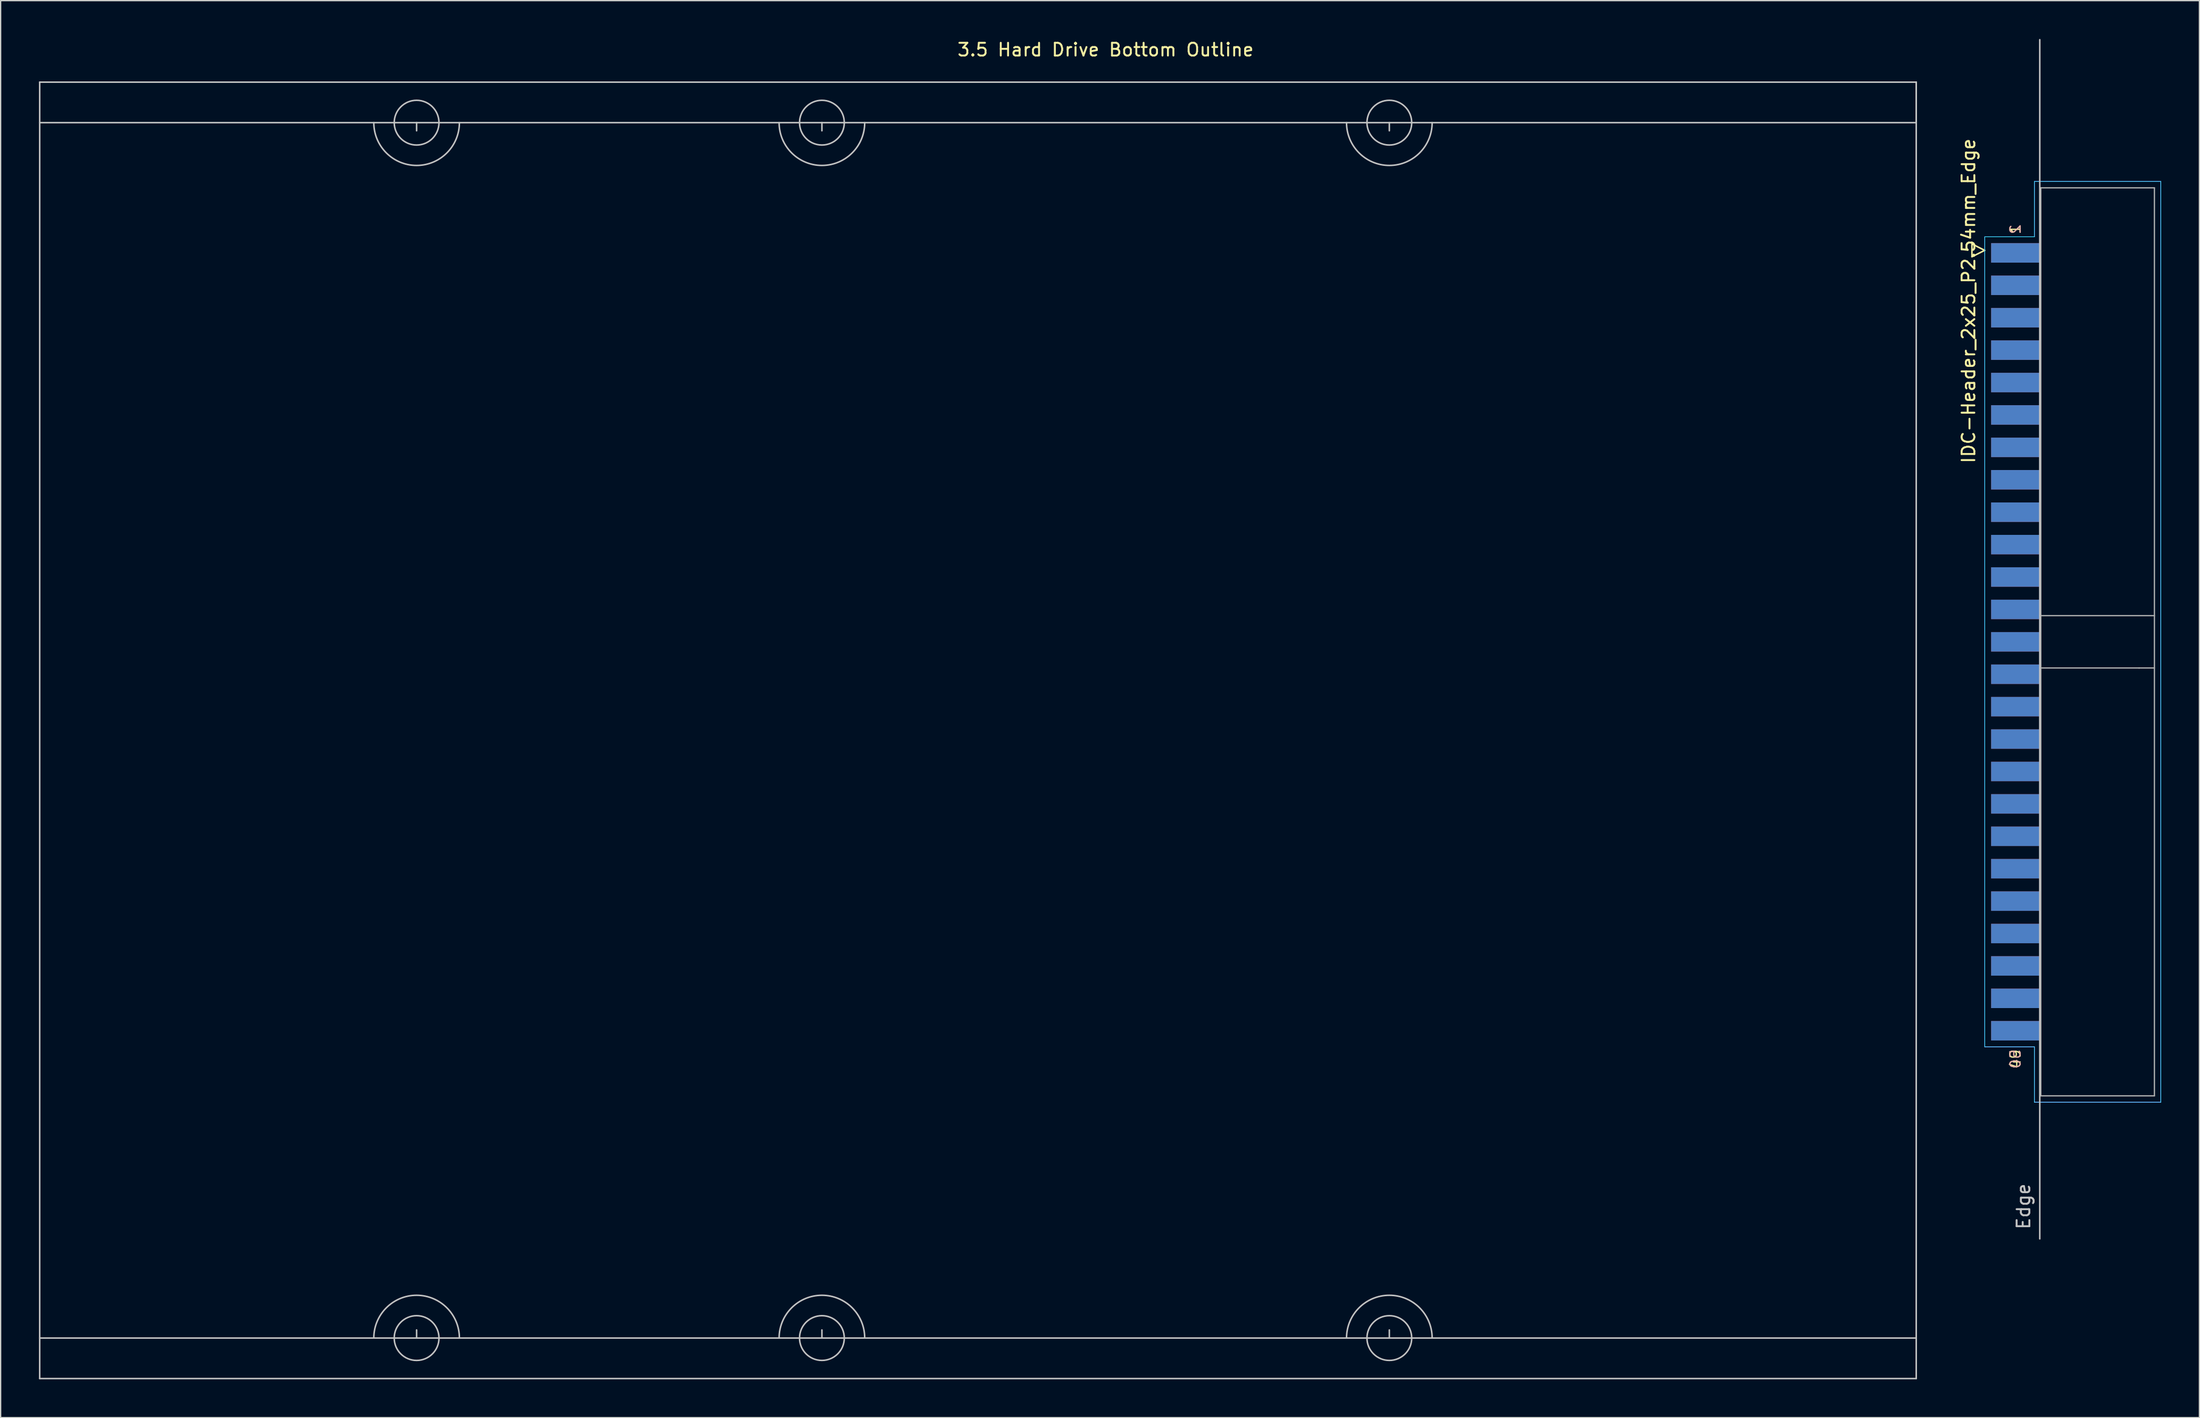
<source format=kicad_pcb>
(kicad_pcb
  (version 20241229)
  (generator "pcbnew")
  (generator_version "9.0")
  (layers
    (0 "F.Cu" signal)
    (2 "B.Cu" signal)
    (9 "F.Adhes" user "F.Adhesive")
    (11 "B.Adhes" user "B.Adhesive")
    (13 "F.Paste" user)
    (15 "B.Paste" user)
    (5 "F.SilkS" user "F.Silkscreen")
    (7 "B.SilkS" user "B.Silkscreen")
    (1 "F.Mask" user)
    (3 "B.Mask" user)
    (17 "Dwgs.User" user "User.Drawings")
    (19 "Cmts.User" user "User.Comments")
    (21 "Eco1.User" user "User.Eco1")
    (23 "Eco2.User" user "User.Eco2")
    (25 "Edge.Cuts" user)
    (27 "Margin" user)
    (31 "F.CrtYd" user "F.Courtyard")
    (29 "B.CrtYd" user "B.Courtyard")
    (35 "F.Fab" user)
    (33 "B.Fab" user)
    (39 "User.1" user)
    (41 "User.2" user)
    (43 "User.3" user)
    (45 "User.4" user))
  (footprint "IDC-Header_2x25_P2.54mm_Edge"
    (layer "F.Cu")
    (at 156.738 16.57)
    (property "Reference" "IDC-Header_2x25_P2.54mm_Edge" (at -5.58 3.96 270) (layer "F.SilkS") (effects (font (size 1 1) (thickness 0.15))))
    (attr through_hole)
    (fp_line (start -5.315 -0.5) (end -5.315 0.5) (stroke (width 0.12) (type solid)) (layer "F.SilkS"))
    (fp_line (start -5.315 0.5) (end -4.315 0) (stroke (width 0.12) (type solid)) (layer "F.SilkS"))
    (fp_line (start -4.315 0) (end -5.315 -0.5) (stroke (width 0.12) (type solid)) (layer "F.SilkS"))
    (fp_line (start 0 -16.51) (end 0 77.47) (stroke (width 0.12) (type solid)) (layer "Dwgs.User"))
    (fp_line (start -4.31 -1.06) (end -0.42 -1.06) (stroke (width 0.05) (type solid)) (layer "B.CrtYd"))
    (fp_line (start -4.31 62.42) (end -4.31 -1.06) (stroke (width 0.05) (type solid)) (layer "B.CrtYd"))
    (fp_line (start -0.42 -5.4) (end 9.48 -5.4) (stroke (width 0.05) (type solid)) (layer "B.CrtYd"))
    (fp_line (start -0.42 -1.06) (end -0.42 -5.4) (stroke (width 0.05) (type solid)) (layer "B.CrtYd"))
    (fp_line (start -0.42 62.42) (end -4.31 62.42) (stroke (width 0.05) (type solid)) (layer "B.CrtYd"))
    (fp_line (start -0.42 66.76) (end -0.42 62.42) (stroke (width 0.05) (type solid)) (layer "B.CrtYd"))
    (fp_line (start 9.48 -5.4) (end 9.48 66.76) (stroke (width 0.05) (type solid)) (layer "B.CrtYd"))
    (fp_line (start 9.48 66.76) (end -0.42 66.76) (stroke (width 0.05) (type solid)) (layer "B.CrtYd"))
    (fp_line (start -4.31 -1.06) (end -4.31 62.42) (stroke (width 0.05) (type solid)) (layer "F.CrtYd"))
    (fp_line (start -4.31 62.42) (end -0.42 62.42) (stroke (width 0.05) (type solid)) (layer "F.CrtYd"))
    (fp_line (start -0.42 -5.4) (end -0.42 -1.06) (stroke (width 0.05) (type solid)) (layer "F.CrtYd"))
    (fp_line (start -0.42 -5.4) (end 9.48 -5.4) (stroke (width 0.05) (type solid)) (layer "F.CrtYd"))
    (fp_line (start -0.42 -1.06) (end -4.31 -1.06) (stroke (width 0.05) (type solid)) (layer "F.CrtYd"))
    (fp_line (start -0.42 66.76) (end -0.42 62.42) (stroke (width 0.05) (type solid)) (layer "F.CrtYd"))
    (fp_line (start 9.48 -5.4) (end 9.48 66.76) (stroke (width 0.05) (type solid)) (layer "F.CrtYd"))
    (fp_line (start 9.48 66.76) (end -0.42 66.76) (stroke (width 0.05) (type solid)) (layer "F.CrtYd"))
    (fp_line (start 0.08 -4.9) (end 0.08 66.26) (stroke (width 0.1) (type solid)) (layer "F.Fab"))
    (fp_line (start 0.08 32.73) (end 8.98 32.73) (stroke (width 0.1) (type solid)) (layer "F.Fab"))
    (fp_line (start 0.08 66.26) (end 8.98 66.26) (stroke (width 0.1) (type solid)) (layer "F.Fab"))
    (fp_line (start 7.78 32.73) (end 7.78 32.73) (stroke (width 0.1) (type solid)) (layer "F.Fab"))
    (fp_line (start 8.98 -4.9) (end 0.08 -4.9) (stroke (width 0.1) (type solid)) (layer "F.Fab"))
    (fp_line (start 8.98 28.63) (end 0.08 28.63) (stroke (width 0.1) (type solid)) (layer "F.Fab"))
    (fp_line (start 8.98 66.26) (end 8.98 -4.9) (stroke (width 0.1) (type solid)) (layer "F.Fab"))
    (fp_text user "49" (at -1.905 63.373 270) (layer "F.SilkS") (effects (font (size 0.8 0.8) (thickness 0.1))))
    (fp_text user "1" (at -1.905 -1.651 270) (layer "F.SilkS") (effects (font (size 0.8 0.8) (thickness 0.1))))
    (fp_text user "2" (at -1.905 -1.651 270) (layer "B.SilkS") (effects (font (size 0.8 0.8) (thickness 0.1)) (justify mirror)))
    (fp_text user "50" (at -1.905 63.373 270) (layer "B.SilkS") (effects (font (size 0.8 0.8) (thickness 0.1)) (justify mirror)))
    (fp_text user "Edge" (at -1.27 74.93 90) (layer "Dwgs.User") (effects (font (size 1 1) (thickness 0.15))))
    (pad "1" smd rect (at -1.905 0.2) (size 3.81 1.524) (layers "F.Cu" "F.Mask" "F.Paste"))
    (pad "2" smd rect (at -1.905 0.2) (size 3.81 1.524) (layers "B.Cu" "B.Mask" "B.Paste"))
    (pad "3" smd rect (at -1.905 2.74) (size 3.81 1.524) (layers "F.Cu" "F.Mask" "F.Paste"))
    (pad "4" smd rect (at -1.905 2.74) (size 3.81 1.524) (layers "B.Cu" "B.Mask" "B.Paste"))
    (pad "5" smd rect (at -1.905 5.28) (size 3.81 1.524) (layers "F.Cu" "F.Mask" "F.Paste"))
    (pad "6" smd rect (at -1.905 5.28) (size 3.81 1.524) (layers "B.Cu" "B.Mask" "B.Paste"))
    (pad "7" smd rect (at -1.905 7.82) (size 3.81 1.524) (layers "F.Cu" "F.Mask" "F.Paste"))
    (pad "8" smd rect (at -1.905 7.82) (size 3.81 1.524) (layers "B.Cu" "B.Mask" "B.Paste"))
    (pad "9" smd rect (at -1.905 10.36) (size 3.81 1.524) (layers "F.Cu" "F.Mask" "F.Paste"))
    (pad "10" smd rect (at -1.905 10.36) (size 3.81 1.524) (layers "B.Cu" "B.Mask" "B.Paste"))
    (pad "11" smd rect (at -1.905 12.9) (size 3.81 1.524) (layers "F.Cu" "F.Mask" "F.Paste"))
    (pad "12" smd rect (at -1.905 12.9) (size 3.81 1.524) (layers "B.Cu" "B.Mask" "B.Paste"))
    (pad "13" smd rect (at -1.905 15.44) (size 3.81 1.524) (layers "F.Cu" "F.Mask" "F.Paste"))
    (pad "14" smd rect (at -1.905 15.44) (size 3.81 1.524) (layers "B.Cu" "B.Mask" "B.Paste"))
    (pad "15" smd rect (at -1.905 17.98) (size 3.81 1.524) (layers "F.Cu" "F.Mask" "F.Paste"))
    (pad "16" smd rect (at -1.905 17.98) (size 3.81 1.524) (layers "B.Cu" "B.Mask" "B.Paste"))
    (pad "17" smd rect (at -1.905 20.52) (size 3.81 1.524) (layers "F.Cu" "F.Mask" "F.Paste"))
    (pad "18" smd rect (at -1.905 20.52) (size 3.81 1.524) (layers "B.Cu" "B.Mask" "B.Paste"))
    (pad "19" smd rect (at -1.905 23.06) (size 3.81 1.524) (layers "F.Cu" "F.Mask" "F.Paste"))
    (pad "20" smd rect (at -1.905 23.06) (size 3.81 1.524) (layers "B.Cu" "B.Mask" "B.Paste"))
    (pad "21" smd rect (at -1.905 25.6) (size 3.81 1.524) (layers "F.Cu" "F.Mask" "F.Paste"))
    (pad "22" smd rect (at -1.905 25.6) (size 3.81 1.524) (layers "B.Cu" "B.Mask" "B.Paste"))
    (pad "23" smd rect (at -1.905 28.14) (size 3.81 1.524) (layers "F.Cu" "F.Mask" "F.Paste"))
    (pad "24" smd rect (at -1.905 28.14) (size 3.81 1.524) (layers "B.Cu" "B.Mask" "B.Paste"))
    (pad "25" smd rect (at -1.905 30.68) (size 3.81 1.524) (layers "F.Cu" "F.Mask" "F.Paste"))
    (pad "26" smd rect (at -1.905 30.68) (size 3.81 1.524) (layers "B.Cu" "B.Mask" "B.Paste"))
    (pad "27" smd rect (at -1.905 33.22) (size 3.81 1.524) (layers "F.Cu" "F.Mask" "F.Paste"))
    (pad "28" smd rect (at -1.905 33.22) (size 3.81 1.524) (layers "B.Cu" "B.Mask" "B.Paste"))
    (pad "29" smd rect (at -1.905 35.76) (size 3.81 1.524) (layers "F.Cu" "F.Mask" "F.Paste"))
    (pad "30" smd rect (at -1.905 35.76) (size 3.81 1.524) (layers "B.Cu" "B.Mask" "B.Paste"))
    (pad "31" smd rect (at -1.905 38.3) (size 3.81 1.524) (layers "F.Cu" "F.Mask" "F.Paste"))
    (pad "32" smd rect (at -1.905 38.3) (size 3.81 1.524) (layers "B.Cu" "B.Mask" "B.Paste"))
    (pad "33" smd rect (at -1.905 40.84) (size 3.81 1.524) (layers "F.Cu" "F.Mask" "F.Paste"))
    (pad "34" smd rect (at -1.905 40.84) (size 3.81 1.524) (layers "B.Cu" "B.Mask" "B.Paste"))
    (pad "35" smd rect (at -1.905 43.38) (size 3.81 1.524) (layers "F.Cu" "F.Mask" "F.Paste"))
    (pad "36" smd rect (at -1.905 43.38) (size 3.81 1.524) (layers "B.Cu" "B.Mask" "B.Paste"))
    (pad "37" smd rect (at -1.905 45.92) (size 3.81 1.524) (layers "F.Cu" "F.Mask" "F.Paste"))
    (pad "38" smd rect (at -1.905 45.92) (size 3.81 1.524) (layers "B.Cu" "B.Mask" "B.Paste"))
    (pad "39" smd rect (at -1.905 48.46) (size 3.81 1.524) (layers "F.Cu" "F.Mask" "F.Paste"))
    (pad "40" smd rect (at -1.905 48.46) (size 3.81 1.524) (layers "B.Cu" "B.Mask" "B.Paste"))
    (pad "41" smd rect (at -1.905 51) (size 3.81 1.524) (layers "F.Cu" "F.Mask" "F.Paste"))
    (pad "42" smd rect (at -1.905 51) (size 3.81 1.524) (layers "B.Cu" "B.Mask" "B.Paste"))
    (pad "43" smd rect (at -1.905 53.54) (size 3.81 1.524) (layers "F.Cu" "F.Mask" "F.Paste"))
    (pad "44" smd rect (at -1.905 53.54) (size 3.81 1.524) (layers "B.Cu" "B.Mask" "B.Paste"))
    (pad "45" smd rect (at -1.905 56.08) (size 3.81 1.524) (layers "F.Cu" "F.Mask" "F.Paste"))
    (pad "46" smd rect (at -1.905 56.08) (size 3.81 1.524) (layers "B.Cu" "B.Mask" "B.Paste"))
    (pad "47" smd rect (at -1.905 58.62) (size 3.81 1.524) (layers "F.Cu" "F.Mask" "F.Paste"))
    (pad "48" smd rect (at -1.905 58.62) (size 3.81 1.524) (layers "B.Cu" "B.Mask" "B.Paste"))
    (pad "49" smd rect (at -1.905 61.16) (size 3.81 1.524) (layers "F.Cu" "F.Mask" "F.Paste"))
    (pad "50" smd rect (at -1.905 61.16) (size 3.81 1.524) (layers "B.Cu" "B.Mask" "B.Paste")))
  (footprint "3.5 Hard Drive Bottom Outline"
    (layer "F.Cu")
    (at 147.06 3.388)
    (property "Reference" "3.5 Hard Drive Bottom Outline" (at -63.5 -2.54 0) (layer "F.SilkS") (effects (font (size 1 1) (thickness 0.15))))
    (attr through_hole)
    (fp_line (start -147 0) (end 0 0) (stroke (width 0.12) (type solid)) (layer "Dwgs.User"))
    (fp_line (start -147 101.6) (end -147 0) (stroke (width 0.12) (type solid)) (layer "Dwgs.User"))
    (fp_line (start -117.475 3.175) (end -146.99 3.175) (stroke (width 0.12) (type solid)) (layer "Dwgs.User"))
    (fp_line (start -117.475 3.175) (end -117.475 3.81) (stroke (width 0.12) (type solid)) (layer "Dwgs.User"))
    (fp_line (start -117.475 98.425) (end -146.99 98.425) (stroke (width 0.12) (type solid)) (layer "Dwgs.User"))
    (fp_line (start -117.475 98.425) (end -117.475 97.79) (stroke (width 0.12) (type solid)) (layer "Dwgs.User"))
    (fp_line (start -85.725 3.175) (end -117.475 3.175) (stroke (width 0.12) (type solid)) (layer "Dwgs.User"))
    (fp_line (start -85.725 3.175) (end -85.725 3.81) (stroke (width 0.12) (type solid)) (layer "Dwgs.User"))
    (fp_line (start -85.725 98.425) (end -117.475 98.425) (stroke (width 0.12) (type solid)) (layer "Dwgs.User"))
    (fp_line (start -85.725 98.425) (end -85.725 97.79) (stroke (width 0.12) (type solid)) (layer "Dwgs.User"))
    (fp_line (start -41.275 3.175) (end -85.725 3.175) (stroke (width 0.12) (type solid)) (layer "Dwgs.User"))
    (fp_line (start -41.275 3.175) (end -41.275 3.81) (stroke (width 0.12) (type solid)) (layer "Dwgs.User"))
    (fp_line (start -41.275 3.175) (end 0 3.175) (stroke (width 0.12) (type solid)) (layer "Dwgs.User"))
    (fp_line (start -41.275 98.425) (end -85.725 98.425) (stroke (width 0.12) (type solid)) (layer "Dwgs.User"))
    (fp_line (start -41.275 98.425) (end -41.275 97.79) (stroke (width 0.12) (type solid)) (layer "Dwgs.User"))
    (fp_line (start 0 0) (end 0 3.175) (stroke (width 0.12) (type solid)) (layer "Dwgs.User"))
    (fp_line (start 0 0) (end 0 101.6) (stroke (width 0.12) (type solid)) (layer "Dwgs.User"))
    (fp_line (start 0 98.425) (end -41.275 98.425) (stroke (width 0.12) (type solid)) (layer "Dwgs.User"))
    (fp_line (start 0 101.6) (end -147 101.6) (stroke (width 0.12) (type solid)) (layer "Dwgs.User"))
    (fp_arc (start -120.8278 98.425) (mid -117.475 95.0722) (end -114.1222 98.425) (stroke (width 0.12) (type solid)) (layer "Dwgs.User"))
    (fp_arc (start -114.1222 3.175) (mid -117.475 6.5278) (end -120.8278 3.175) (stroke (width 0.12) (type solid)) (layer "Dwgs.User"))
    (fp_arc (start -89.0778 98.425) (mid -85.725 95.0722) (end -82.3722 98.425) (stroke (width 0.12) (type solid)) (layer "Dwgs.User"))
    (fp_arc (start -82.3722 3.175) (mid -85.725 6.5278) (end -89.0778 3.175) (stroke (width 0.12) (type solid)) (layer "Dwgs.User"))
    (fp_arc (start -44.6278 98.425) (mid -41.275 95.0722) (end -37.9222 98.425) (stroke (width 0.12) (type solid)) (layer "Dwgs.User"))
    (fp_arc (start -37.9222 3.175) (mid -41.275 6.5278) (end -44.6278 3.175) (stroke (width 0.12) (type solid)) (layer "Dwgs.User"))
    (fp_circle (center -117.475 3.175) (end -115.722 3.15) (stroke (width 0.12) (type solid)) (fill no) (layer "Dwgs.User"))
    (fp_circle (center -117.475 98.425) (end -115.722 98.374) (stroke (width 0.12) (type solid)) (fill no) (layer "Dwgs.User"))
    (fp_circle (center -85.725 3.175) (end -83.972 3.162) (stroke (width 0.12) (type solid)) (fill no) (layer "Dwgs.User"))
    (fp_circle (center -85.725 98.425) (end -83.972 98.438) (stroke (width 0.12) (type solid)) (fill no) (layer "Dwgs.User"))
    (fp_circle (center -41.275 3.175) (end -39.522 3.2) (stroke (width 0.12) (type solid)) (fill no) (layer "Dwgs.User"))
    (fp_circle (center -41.275 98.425) (end -39.522 98.425) (stroke (width 0.12) (type solid)) (fill no) (layer "Dwgs.User")))
  (gr_rect
    (start -3 -3)
    (end 169.243 108.048)
    (stroke (width 0.1) (type default))
    (fill no)
    (layer "Edge.Cuts")))
</source>
